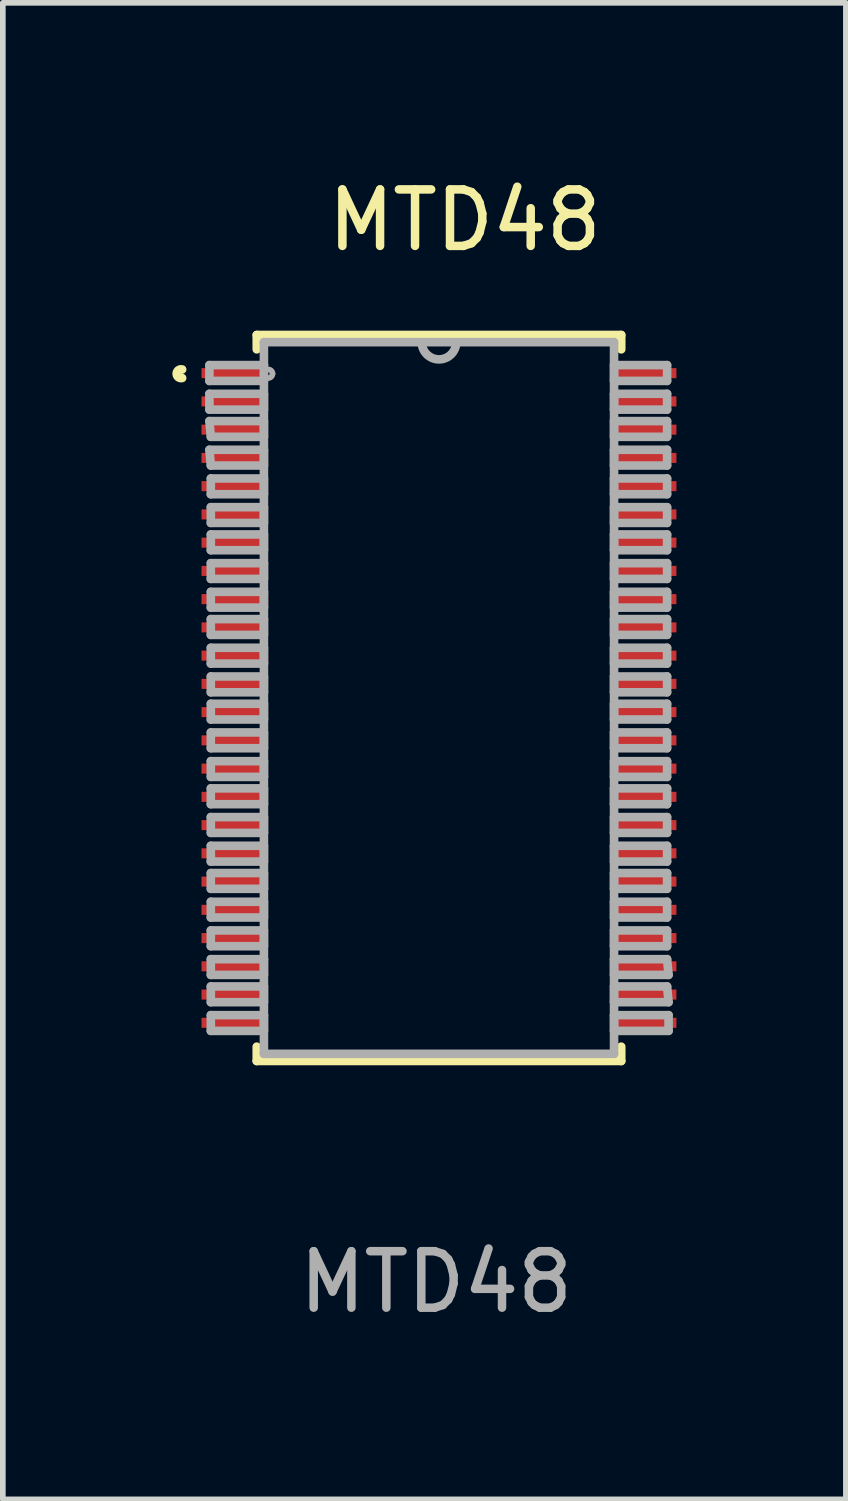
<source format=kicad_pcb>
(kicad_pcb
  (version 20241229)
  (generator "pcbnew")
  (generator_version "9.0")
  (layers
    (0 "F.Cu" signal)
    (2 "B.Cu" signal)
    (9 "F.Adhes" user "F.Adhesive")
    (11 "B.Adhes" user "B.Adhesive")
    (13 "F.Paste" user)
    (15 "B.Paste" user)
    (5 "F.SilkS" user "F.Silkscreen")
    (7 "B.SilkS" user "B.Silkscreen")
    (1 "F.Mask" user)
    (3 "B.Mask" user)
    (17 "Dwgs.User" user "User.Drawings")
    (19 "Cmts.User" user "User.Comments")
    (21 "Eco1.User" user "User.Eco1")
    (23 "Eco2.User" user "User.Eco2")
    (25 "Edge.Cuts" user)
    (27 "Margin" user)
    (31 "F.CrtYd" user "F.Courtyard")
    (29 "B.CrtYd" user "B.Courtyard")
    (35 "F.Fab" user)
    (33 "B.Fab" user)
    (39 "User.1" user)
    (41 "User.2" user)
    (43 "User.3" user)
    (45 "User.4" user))
  (footprint "MTD48"
    (layer "F.Cu")
    (at 4.67 9.484)
    (property "Reference" "MTD48" (at 0.508 -8.636 0) (unlocked yes) (layer "F.SilkS") (effects (font (size 1 1) (thickness 0.15))))
    (fp_line (start -3.175 -6.604) (end -3.175 -6.35) (stroke (width 0.152) (type solid)) (layer "F.SilkS"))
    (fp_line (start -3.175 5.994) (end -3.175 6.248) (stroke (width 0.152) (type solid)) (layer "F.SilkS"))
    (fp_line (start -3.175 6.248) (end 3.277 6.248) (stroke (width 0.152) (type solid)) (layer "F.SilkS"))
    (fp_line (start 3.277 -6.604) (end -3.175 -6.604) (stroke (width 0.152) (type solid)) (layer "F.SilkS"))
    (fp_line (start 3.277 -6.35) (end 3.277 -6.604) (stroke (width 0.152) (type solid)) (layer "F.SilkS"))
    (fp_line (start 3.277 6.248) (end 3.277 5.994) (stroke (width 0.152) (type solid)) (layer "F.SilkS"))
    (fp_arc (start -4.4958 -5.842) (mid -4.593331 -5.9182) (end -4.495799 -5.9944) (stroke (width 0.1524) (type solid)) (layer "F.SilkS"))
    (fp_line (start -4.013 -6.071) (end -4.013 -5.791) (stroke (width 0.152) (type solid)) (layer "F.Fab"))
    (fp_line (start -4.013 -5.791) (end -3.048 -5.791) (stroke (width 0.152) (type solid)) (layer "F.Fab"))
    (fp_line (start -4.013 -5.563) (end -4.013 -5.283) (stroke (width 0.152) (type solid)) (layer "F.Fab"))
    (fp_line (start -4.013 -5.283) (end -3.048 -5.283) (stroke (width 0.152) (type solid)) (layer "F.Fab"))
    (fp_line (start -4.013 -5.08) (end -3.988 -4.801) (stroke (width 0.152) (type solid)) (layer "F.Fab"))
    (fp_line (start -4.013 -4.572) (end -3.988 -4.293) (stroke (width 0.152) (type solid)) (layer "F.Fab"))
    (fp_line (start -3.988 -4.801) (end -3.048 -4.801) (stroke (width 0.152) (type solid)) (layer "F.Fab"))
    (fp_line (start -3.988 -4.293) (end -3.048 -4.293) (stroke (width 0.152) (type solid)) (layer "F.Fab"))
    (fp_line (start -3.988 -4.064) (end -3.988 -3.785) (stroke (width 0.152) (type solid)) (layer "F.Fab"))
    (fp_line (start -3.988 -3.785) (end -3.048 -3.785) (stroke (width 0.152) (type solid)) (layer "F.Fab"))
    (fp_line (start -3.988 -3.556) (end -3.988 -3.277) (stroke (width 0.152) (type solid)) (layer "F.Fab"))
    (fp_line (start -3.988 -3.277) (end -3.048 -3.277) (stroke (width 0.152) (type solid)) (layer "F.Fab"))
    (fp_line (start -3.988 -3.073) (end -3.988 -2.794) (stroke (width 0.152) (type solid)) (layer "F.Fab"))
    (fp_line (start -3.988 -2.794) (end -3.048 -2.794) (stroke (width 0.152) (type solid)) (layer "F.Fab"))
    (fp_line (start -3.988 -2.565) (end -3.988 -2.286) (stroke (width 0.152) (type solid)) (layer "F.Fab"))
    (fp_line (start -3.988 -2.286) (end -3.048 -2.286) (stroke (width 0.152) (type solid)) (layer "F.Fab"))
    (fp_line (start -3.988 -2.057) (end -3.988 -1.778) (stroke (width 0.152) (type solid)) (layer "F.Fab"))
    (fp_line (start -3.988 -1.778) (end -3.048 -1.778) (stroke (width 0.152) (type solid)) (layer "F.Fab"))
    (fp_line (start -3.988 -1.575) (end -3.988 -1.295) (stroke (width 0.152) (type solid)) (layer "F.Fab"))
    (fp_line (start -3.988 -1.295) (end -3.048 -1.295) (stroke (width 0.152) (type solid)) (layer "F.Fab"))
    (fp_line (start -3.988 -1.067) (end -3.988 -0.787) (stroke (width 0.152) (type solid)) (layer "F.Fab"))
    (fp_line (start -3.988 -0.787) (end -3.048 -0.787) (stroke (width 0.152) (type solid)) (layer "F.Fab"))
    (fp_line (start -3.988 -0.559) (end -3.988 -0.279) (stroke (width 0.152) (type solid)) (layer "F.Fab"))
    (fp_line (start -3.988 -0.279) (end -3.048 -0.279) (stroke (width 0.152) (type solid)) (layer "F.Fab"))
    (fp_line (start -3.988 -0.076) (end -3.988 0.203) (stroke (width 0.152) (type solid)) (layer "F.Fab"))
    (fp_line (start -3.988 0.203) (end -3.048 0.203) (stroke (width 0.152) (type solid)) (layer "F.Fab"))
    (fp_line (start -3.988 0.432) (end -3.988 0.711) (stroke (width 0.152) (type solid)) (layer "F.Fab"))
    (fp_line (start -3.988 0.711) (end -3.048 0.711) (stroke (width 0.152) (type solid)) (layer "F.Fab"))
    (fp_line (start -3.988 0.94) (end -3.988 1.219) (stroke (width 0.152) (type solid)) (layer "F.Fab"))
    (fp_line (start -3.988 1.219) (end -3.048 1.219) (stroke (width 0.152) (type solid)) (layer "F.Fab"))
    (fp_line (start -3.988 1.422) (end -3.988 1.702) (stroke (width 0.152) (type solid)) (layer "F.Fab"))
    (fp_line (start -3.988 1.702) (end -3.048 1.702) (stroke (width 0.152) (type solid)) (layer "F.Fab"))
    (fp_line (start -3.988 1.93) (end -3.988 2.21) (stroke (width 0.152) (type solid)) (layer "F.Fab"))
    (fp_line (start -3.988 2.21) (end -3.048 2.21) (stroke (width 0.152) (type solid)) (layer "F.Fab"))
    (fp_line (start -3.988 2.438) (end -3.988 2.718) (stroke (width 0.152) (type solid)) (layer "F.Fab"))
    (fp_line (start -3.988 2.718) (end -3.048 2.718) (stroke (width 0.152) (type solid)) (layer "F.Fab"))
    (fp_line (start -3.988 2.921) (end -3.988 3.2) (stroke (width 0.152) (type solid)) (layer "F.Fab"))
    (fp_line (start -3.988 3.2) (end -3.048 3.2) (stroke (width 0.152) (type solid)) (layer "F.Fab"))
    (fp_line (start -3.988 3.429) (end -3.988 3.708) (stroke (width 0.152) (type solid)) (layer "F.Fab"))
    (fp_line (start -3.988 3.708) (end -3.048 3.708) (stroke (width 0.152) (type solid)) (layer "F.Fab"))
    (fp_line (start -3.988 3.937) (end -3.988 4.216) (stroke (width 0.152) (type solid)) (layer "F.Fab"))
    (fp_line (start -3.988 4.216) (end -3.048 4.216) (stroke (width 0.152) (type solid)) (layer "F.Fab"))
    (fp_line (start -3.988 4.445) (end -3.988 4.724) (stroke (width 0.152) (type solid)) (layer "F.Fab"))
    (fp_line (start -3.988 4.724) (end -3.048 4.724) (stroke (width 0.152) (type solid)) (layer "F.Fab"))
    (fp_line (start -3.988 4.928) (end -3.988 5.207) (stroke (width 0.152) (type solid)) (layer "F.Fab"))
    (fp_line (start -3.988 5.207) (end -3.048 5.207) (stroke (width 0.152) (type solid)) (layer "F.Fab"))
    (fp_line (start -3.988 5.436) (end -3.988 5.715) (stroke (width 0.152) (type solid)) (layer "F.Fab"))
    (fp_line (start -3.988 5.715) (end -3.048 5.715) (stroke (width 0.152) (type solid)) (layer "F.Fab"))
    (fp_line (start -3.048 -6.477) (end -3.048 -6.071) (stroke (width 0.152) (type solid)) (layer "F.Fab"))
    (fp_line (start -3.048 -6.071) (end -4.013 -6.071) (stroke (width 0.152) (type solid)) (layer "F.Fab"))
    (fp_line (start -3.048 -5.918) (end -3.048 -6.071) (stroke (width 0.152) (type solid)) (layer "F.Fab"))
    (fp_line (start -3.048 -5.791) (end -3.048 -5.918) (stroke (width 0.152) (type solid)) (layer "F.Fab"))
    (fp_line (start -3.048 -5.791) (end -3.048 6.121) (stroke (width 0.152) (type solid)) (layer "F.Fab"))
    (fp_line (start -3.048 -5.563) (end -4.013 -5.563) (stroke (width 0.152) (type solid)) (layer "F.Fab"))
    (fp_line (start -3.048 -5.283) (end -3.048 -5.563) (stroke (width 0.152) (type solid)) (layer "F.Fab"))
    (fp_line (start -3.048 -5.08) (end -4.013 -5.08) (stroke (width 0.152) (type solid)) (layer "F.Fab"))
    (fp_line (start -3.048 -4.801) (end -3.048 -5.08) (stroke (width 0.152) (type solid)) (layer "F.Fab"))
    (fp_line (start -3.048 -4.572) (end -4.013 -4.572) (stroke (width 0.152) (type solid)) (layer "F.Fab"))
    (fp_line (start -3.048 -4.293) (end -3.048 -4.572) (stroke (width 0.152) (type solid)) (layer "F.Fab"))
    (fp_line (start -3.048 -4.064) (end -3.988 -4.064) (stroke (width 0.152) (type solid)) (layer "F.Fab"))
    (fp_line (start -3.048 -3.785) (end -3.048 -4.064) (stroke (width 0.152) (type solid)) (layer "F.Fab"))
    (fp_line (start -3.048 -3.556) (end -3.988 -3.556) (stroke (width 0.152) (type solid)) (layer "F.Fab"))
    (fp_line (start -3.048 -3.277) (end -3.048 -3.556) (stroke (width 0.152) (type solid)) (layer "F.Fab"))
    (fp_line (start -3.048 -3.073) (end -3.988 -3.073) (stroke (width 0.152) (type solid)) (layer "F.Fab"))
    (fp_line (start -3.048 -2.794) (end -3.048 -3.073) (stroke (width 0.152) (type solid)) (layer "F.Fab"))
    (fp_line (start -3.048 -2.565) (end -3.988 -2.565) (stroke (width 0.152) (type solid)) (layer "F.Fab"))
    (fp_line (start -3.048 -2.286) (end -3.048 -2.565) (stroke (width 0.152) (type solid)) (layer "F.Fab"))
    (fp_line (start -3.048 -2.057) (end -3.988 -2.057) (stroke (width 0.152) (type solid)) (layer "F.Fab"))
    (fp_line (start -3.048 -1.778) (end -3.048 -2.057) (stroke (width 0.152) (type solid)) (layer "F.Fab"))
    (fp_line (start -3.048 -1.575) (end -3.988 -1.575) (stroke (width 0.152) (type solid)) (layer "F.Fab"))
    (fp_line (start -3.048 -1.295) (end -3.048 -1.575) (stroke (width 0.152) (type solid)) (layer "F.Fab"))
    (fp_line (start -3.048 -1.067) (end -3.988 -1.067) (stroke (width 0.152) (type solid)) (layer "F.Fab"))
    (fp_line (start -3.048 -0.787) (end -3.048 -1.067) (stroke (width 0.152) (type solid)) (layer "F.Fab"))
    (fp_line (start -3.048 -0.559) (end -3.988 -0.559) (stroke (width 0.152) (type solid)) (layer "F.Fab"))
    (fp_line (start -3.048 -0.279) (end -3.048 -0.559) (stroke (width 0.152) (type solid)) (layer "F.Fab"))
    (fp_line (start -3.048 -0.076) (end -3.988 -0.076) (stroke (width 0.152) (type solid)) (layer "F.Fab"))
    (fp_line (start -3.048 0.203) (end -3.048 -0.076) (stroke (width 0.152) (type solid)) (layer "F.Fab"))
    (fp_line (start -3.048 0.432) (end -3.988 0.432) (stroke (width 0.152) (type solid)) (layer "F.Fab"))
    (fp_line (start -3.048 0.711) (end -3.048 0.432) (stroke (width 0.152) (type solid)) (layer "F.Fab"))
    (fp_line (start -3.048 0.94) (end -3.988 0.94) (stroke (width 0.152) (type solid)) (layer "F.Fab"))
    (fp_line (start -3.048 1.219) (end -3.048 0.94) (stroke (width 0.152) (type solid)) (layer "F.Fab"))
    (fp_line (start -3.048 1.422) (end -3.988 1.422) (stroke (width 0.152) (type solid)) (layer "F.Fab"))
    (fp_line (start -3.048 1.702) (end -3.048 1.422) (stroke (width 0.152) (type solid)) (layer "F.Fab"))
    (fp_line (start -3.048 1.93) (end -3.988 1.93) (stroke (width 0.152) (type solid)) (layer "F.Fab"))
    (fp_line (start -3.048 2.21) (end -3.048 1.93) (stroke (width 0.152) (type solid)) (layer "F.Fab"))
    (fp_line (start -3.048 2.438) (end -3.988 2.438) (stroke (width 0.152) (type solid)) (layer "F.Fab"))
    (fp_line (start -3.048 2.718) (end -3.048 2.438) (stroke (width 0.152) (type solid)) (layer "F.Fab"))
    (fp_line (start -3.048 2.921) (end -3.988 2.921) (stroke (width 0.152) (type solid)) (layer "F.Fab"))
    (fp_line (start -3.048 3.2) (end -3.048 2.921) (stroke (width 0.152) (type solid)) (layer "F.Fab"))
    (fp_line (start -3.048 3.429) (end -3.988 3.429) (stroke (width 0.152) (type solid)) (layer "F.Fab"))
    (fp_line (start -3.048 3.708) (end -3.048 3.429) (stroke (width 0.152) (type solid)) (layer "F.Fab"))
    (fp_line (start -3.048 3.937) (end -3.988 3.937) (stroke (width 0.152) (type solid)) (layer "F.Fab"))
    (fp_line (start -3.048 4.216) (end -3.048 3.937) (stroke (width 0.152) (type solid)) (layer "F.Fab"))
    (fp_line (start -3.048 4.445) (end -3.988 4.445) (stroke (width 0.152) (type solid)) (layer "F.Fab"))
    (fp_line (start -3.048 4.724) (end -3.048 4.445) (stroke (width 0.152) (type solid)) (layer "F.Fab"))
    (fp_line (start -3.048 4.928) (end -3.988 4.928) (stroke (width 0.152) (type solid)) (layer "F.Fab"))
    (fp_line (start -3.048 5.207) (end -3.048 4.928) (stroke (width 0.152) (type solid)) (layer "F.Fab"))
    (fp_line (start -3.048 5.436) (end -3.988 5.436) (stroke (width 0.152) (type solid)) (layer "F.Fab"))
    (fp_line (start -3.048 5.715) (end -3.048 5.436) (stroke (width 0.152) (type solid)) (layer "F.Fab"))
    (fp_line (start -3.048 6.121) (end 3.15 6.121) (stroke (width 0.152) (type solid)) (layer "F.Fab"))
    (fp_line (start -0.254 -6.477) (end -3.048 -6.477) (stroke (width 0.152) (type solid)) (layer "F.Fab"))
    (fp_line (start 0.356 -6.477) (end -0.254 -6.477) (stroke (width 0.152) (type solid)) (layer "F.Fab"))
    (fp_line (start 3.15 -6.477) (end 0.356 -6.477) (stroke (width 0.152) (type solid)) (layer "F.Fab"))
    (fp_line (start 3.15 -6.071) (end 3.15 -5.791) (stroke (width 0.152) (type solid)) (layer "F.Fab"))
    (fp_line (start 3.15 -5.791) (end 4.089 -5.791) (stroke (width 0.152) (type solid)) (layer "F.Fab"))
    (fp_line (start 3.15 -5.563) (end 3.15 -5.283) (stroke (width 0.152) (type solid)) (layer "F.Fab"))
    (fp_line (start 3.15 -5.283) (end 4.089 -5.283) (stroke (width 0.152) (type solid)) (layer "F.Fab"))
    (fp_line (start 3.15 -5.08) (end 3.15 -4.801) (stroke (width 0.152) (type solid)) (layer "F.Fab"))
    (fp_line (start 3.15 -4.801) (end 4.089 -4.801) (stroke (width 0.152) (type solid)) (layer "F.Fab"))
    (fp_line (start 3.15 -4.572) (end 3.15 -4.293) (stroke (width 0.152) (type solid)) (layer "F.Fab"))
    (fp_line (start 3.15 -4.293) (end 4.089 -4.293) (stroke (width 0.152) (type solid)) (layer "F.Fab"))
    (fp_line (start 3.15 -4.064) (end 3.15 -3.785) (stroke (width 0.152) (type solid)) (layer "F.Fab"))
    (fp_line (start 3.15 -3.785) (end 4.089 -3.785) (stroke (width 0.152) (type solid)) (layer "F.Fab"))
    (fp_line (start 3.15 -3.556) (end 3.15 -3.277) (stroke (width 0.152) (type solid)) (layer "F.Fab"))
    (fp_line (start 3.15 -3.277) (end 4.089 -3.277) (stroke (width 0.152) (type solid)) (layer "F.Fab"))
    (fp_line (start 3.15 -3.073) (end 3.15 -2.794) (stroke (width 0.152) (type solid)) (layer "F.Fab"))
    (fp_line (start 3.15 -2.794) (end 4.089 -2.794) (stroke (width 0.152) (type solid)) (layer "F.Fab"))
    (fp_line (start 3.15 -2.565) (end 3.15 -2.286) (stroke (width 0.152) (type solid)) (layer "F.Fab"))
    (fp_line (start 3.15 -2.286) (end 4.089 -2.286) (stroke (width 0.152) (type solid)) (layer "F.Fab"))
    (fp_line (start 3.15 -2.057) (end 3.15 -1.778) (stroke (width 0.152) (type solid)) (layer "F.Fab"))
    (fp_line (start 3.15 -1.778) (end 4.089 -1.778) (stroke (width 0.152) (type solid)) (layer "F.Fab"))
    (fp_line (start 3.15 -1.575) (end 3.15 -1.295) (stroke (width 0.152) (type solid)) (layer "F.Fab"))
    (fp_line (start 3.15 -1.295) (end 4.089 -1.295) (stroke (width 0.152) (type solid)) (layer "F.Fab"))
    (fp_line (start 3.15 -1.067) (end 3.15 -0.787) (stroke (width 0.152) (type solid)) (layer "F.Fab"))
    (fp_line (start 3.15 -0.787) (end 4.089 -0.787) (stroke (width 0.152) (type solid)) (layer "F.Fab"))
    (fp_line (start 3.15 -0.559) (end 3.15 -0.279) (stroke (width 0.152) (type solid)) (layer "F.Fab"))
    (fp_line (start 3.15 -0.279) (end 4.089 -0.279) (stroke (width 0.152) (type solid)) (layer "F.Fab"))
    (fp_line (start 3.15 -0.076) (end 3.15 0.203) (stroke (width 0.152) (type solid)) (layer "F.Fab"))
    (fp_line (start 3.15 0.203) (end 4.089 0.203) (stroke (width 0.152) (type solid)) (layer "F.Fab"))
    (fp_line (start 3.15 0.432) (end 3.15 0.711) (stroke (width 0.152) (type solid)) (layer "F.Fab"))
    (fp_line (start 3.15 0.711) (end 4.089 0.711) (stroke (width 0.152) (type solid)) (layer "F.Fab"))
    (fp_line (start 3.15 0.94) (end 3.15 1.219) (stroke (width 0.152) (type solid)) (layer "F.Fab"))
    (fp_line (start 3.15 1.219) (end 4.089 1.219) (stroke (width 0.152) (type solid)) (layer "F.Fab"))
    (fp_line (start 3.15 1.422) (end 3.15 1.702) (stroke (width 0.152) (type solid)) (layer "F.Fab"))
    (fp_line (start 3.15 1.702) (end 4.089 1.702) (stroke (width 0.152) (type solid)) (layer "F.Fab"))
    (fp_line (start 3.15 1.93) (end 3.15 2.21) (stroke (width 0.152) (type solid)) (layer "F.Fab"))
    (fp_line (start 3.15 2.21) (end 4.089 2.21) (stroke (width 0.152) (type solid)) (layer "F.Fab"))
    (fp_line (start 3.15 2.438) (end 3.15 2.718) (stroke (width 0.152) (type solid)) (layer "F.Fab"))
    (fp_line (start 3.15 2.718) (end 4.089 2.718) (stroke (width 0.152) (type solid)) (layer "F.Fab"))
    (fp_line (start 3.15 2.921) (end 3.15 3.2) (stroke (width 0.152) (type solid)) (layer "F.Fab"))
    (fp_line (start 3.15 3.2) (end 4.089 3.2) (stroke (width 0.152) (type solid)) (layer "F.Fab"))
    (fp_line (start 3.15 3.429) (end 3.15 3.708) (stroke (width 0.152) (type solid)) (layer "F.Fab"))
    (fp_line (start 3.15 3.708) (end 4.089 3.708) (stroke (width 0.152) (type solid)) (layer "F.Fab"))
    (fp_line (start 3.15 3.937) (end 3.15 4.216) (stroke (width 0.152) (type solid)) (layer "F.Fab"))
    (fp_line (start 3.15 4.216) (end 4.089 4.216) (stroke (width 0.152) (type solid)) (layer "F.Fab"))
    (fp_line (start 3.15 4.445) (end 3.15 4.724) (stroke (width 0.152) (type solid)) (layer "F.Fab"))
    (fp_line (start 3.15 4.724) (end 4.115 4.724) (stroke (width 0.152) (type solid)) (layer "F.Fab"))
    (fp_line (start 3.15 4.928) (end 3.15 5.207) (stroke (width 0.152) (type solid)) (layer "F.Fab"))
    (fp_line (start 3.15 5.207) (end 4.115 5.207) (stroke (width 0.152) (type solid)) (layer "F.Fab"))
    (fp_line (start 3.15 5.436) (end 3.15 5.715) (stroke (width 0.152) (type solid)) (layer "F.Fab"))
    (fp_line (start 3.15 5.715) (end 4.115 5.715) (stroke (width 0.152) (type solid)) (layer "F.Fab"))
    (fp_line (start 3.15 6.121) (end 3.15 -6.477) (stroke (width 0.152) (type solid)) (layer "F.Fab"))
    (fp_line (start 4.089 -6.071) (end 3.15 -6.071) (stroke (width 0.152) (type solid)) (layer "F.Fab"))
    (fp_line (start 4.089 -5.791) (end 4.089 -6.071) (stroke (width 0.152) (type solid)) (layer "F.Fab"))
    (fp_line (start 4.089 -5.563) (end 3.15 -5.563) (stroke (width 0.152) (type solid)) (layer "F.Fab"))
    (fp_line (start 4.089 -5.283) (end 4.089 -5.563) (stroke (width 0.152) (type solid)) (layer "F.Fab"))
    (fp_line (start 4.089 -5.08) (end 3.15 -5.08) (stroke (width 0.152) (type solid)) (layer "F.Fab"))
    (fp_line (start 4.089 -4.801) (end 4.089 -5.08) (stroke (width 0.152) (type solid)) (layer "F.Fab"))
    (fp_line (start 4.089 -4.572) (end 3.15 -4.572) (stroke (width 0.152) (type solid)) (layer "F.Fab"))
    (fp_line (start 4.089 -4.293) (end 4.089 -4.572) (stroke (width 0.152) (type solid)) (layer "F.Fab"))
    (fp_line (start 4.089 -4.064) (end 3.15 -4.064) (stroke (width 0.152) (type solid)) (layer "F.Fab"))
    (fp_line (start 4.089 -3.785) (end 4.089 -4.064) (stroke (width 0.152) (type solid)) (layer "F.Fab"))
    (fp_line (start 4.089 -3.556) (end 3.15 -3.556) (stroke (width 0.152) (type solid)) (layer "F.Fab"))
    (fp_line (start 4.089 -3.277) (end 4.089 -3.556) (stroke (width 0.152) (type solid)) (layer "F.Fab"))
    (fp_line (start 4.089 -3.073) (end 3.15 -3.073) (stroke (width 0.152) (type solid)) (layer "F.Fab"))
    (fp_line (start 4.089 -2.794) (end 4.089 -3.073) (stroke (width 0.152) (type solid)) (layer "F.Fab"))
    (fp_line (start 4.089 -2.565) (end 3.15 -2.565) (stroke (width 0.152) (type solid)) (layer "F.Fab"))
    (fp_line (start 4.089 -2.286) (end 4.089 -2.565) (stroke (width 0.152) (type solid)) (layer "F.Fab"))
    (fp_line (start 4.089 -2.057) (end 3.15 -2.057) (stroke (width 0.152) (type solid)) (layer "F.Fab"))
    (fp_line (start 4.089 -1.778) (end 4.089 -2.057) (stroke (width 0.152) (type solid)) (layer "F.Fab"))
    (fp_line (start 4.089 -1.575) (end 3.15 -1.575) (stroke (width 0.152) (type solid)) (layer "F.Fab"))
    (fp_line (start 4.089 -1.295) (end 4.089 -1.575) (stroke (width 0.152) (type solid)) (layer "F.Fab"))
    (fp_line (start 4.089 -1.067) (end 3.15 -1.067) (stroke (width 0.152) (type solid)) (layer "F.Fab"))
    (fp_line (start 4.089 -0.787) (end 4.089 -1.067) (stroke (width 0.152) (type solid)) (layer "F.Fab"))
    (fp_line (start 4.089 -0.559) (end 3.15 -0.559) (stroke (width 0.152) (type solid)) (layer "F.Fab"))
    (fp_line (start 4.089 -0.279) (end 4.089 -0.559) (stroke (width 0.152) (type solid)) (layer "F.Fab"))
    (fp_line (start 4.089 -0.076) (end 3.15 -0.076) (stroke (width 0.152) (type solid)) (layer "F.Fab"))
    (fp_line (start 4.089 0.203) (end 4.089 -0.076) (stroke (width 0.152) (type solid)) (layer "F.Fab"))
    (fp_line (start 4.089 0.432) (end 3.15 0.432) (stroke (width 0.152) (type solid)) (layer "F.Fab"))
    (fp_line (start 4.089 0.711) (end 4.089 0.432) (stroke (width 0.152) (type solid)) (layer "F.Fab"))
    (fp_line (start 4.089 0.94) (end 3.15 0.94) (stroke (width 0.152) (type solid)) (layer "F.Fab"))
    (fp_line (start 4.089 1.219) (end 4.089 0.94) (stroke (width 0.152) (type solid)) (layer "F.Fab"))
    (fp_line (start 4.089 1.422) (end 3.15 1.422) (stroke (width 0.152) (type solid)) (layer "F.Fab"))
    (fp_line (start 4.089 1.702) (end 4.089 1.422) (stroke (width 0.152) (type solid)) (layer "F.Fab"))
    (fp_line (start 4.089 1.93) (end 3.15 1.93) (stroke (width 0.152) (type solid)) (layer "F.Fab"))
    (fp_line (start 4.089 2.21) (end 4.089 1.93) (stroke (width 0.152) (type solid)) (layer "F.Fab"))
    (fp_line (start 4.089 2.438) (end 3.15 2.438) (stroke (width 0.152) (type solid)) (layer "F.Fab"))
    (fp_line (start 4.089 2.718) (end 4.089 2.438) (stroke (width 0.152) (type solid)) (layer "F.Fab"))
    (fp_line (start 4.089 2.921) (end 3.15 2.921) (stroke (width 0.152) (type solid)) (layer "F.Fab"))
    (fp_line (start 4.089 3.2) (end 4.089 2.921) (stroke (width 0.152) (type solid)) (layer "F.Fab"))
    (fp_line (start 4.089 3.429) (end 3.15 3.429) (stroke (width 0.152) (type solid)) (layer "F.Fab"))
    (fp_line (start 4.089 3.708) (end 4.089 3.429) (stroke (width 0.152) (type solid)) (layer "F.Fab"))
    (fp_line (start 4.089 3.937) (end 3.15 3.937) (stroke (width 0.152) (type solid)) (layer "F.Fab"))
    (fp_line (start 4.089 4.216) (end 4.089 3.937) (stroke (width 0.152) (type solid)) (layer "F.Fab"))
    (fp_line (start 4.089 4.445) (end 3.15 4.445) (stroke (width 0.152) (type solid)) (layer "F.Fab"))
    (fp_line (start 4.089 4.928) (end 3.15 4.928) (stroke (width 0.152) (type solid)) (layer "F.Fab"))
    (fp_line (start 4.115 4.724) (end 4.089 4.445) (stroke (width 0.152) (type solid)) (layer "F.Fab"))
    (fp_line (start 4.115 5.207) (end 4.089 4.928) (stroke (width 0.152) (type solid)) (layer "F.Fab"))
    (fp_line (start 4.115 5.436) (end 3.15 5.436) (stroke (width 0.152) (type solid)) (layer "F.Fab"))
    (fp_line (start 4.115 5.715) (end 4.115 5.436) (stroke (width 0.152) (type solid)) (layer "F.Fab"))
    (fp_arc (start -3.048 -5.9182) (mid -2.9718 -5.9944) (end -2.8956 -5.9182) (stroke (width 0.1) (type solid)) (layer "F.Fab"))
    (fp_arc (start -2.8956 -5.9182) (mid -2.9718 -5.842) (end -3.048 -5.9182) (stroke (width 0.1) (type solid)) (layer "F.Fab"))
    (fp_arc (start 0.3556 -6.477) (mid 0.0508 -6.1722) (end -0.254 -6.477) (stroke (width 0.1524) (type solid)) (layer "F.Fab"))
    (fp_text user "${REFERENCE}" (at 0 10.16 0) (unlocked yes) (layer "F.Fab") (effects (font (size 1 1) (thickness 0.15))))
    (pad "1" smd rect (at -3.569 -5.928) (size 1.168 0.178) (layers "F.Cu" "F.Mask" "F.Paste"))
    (pad "2" smd rect (at -3.569 -5.428) (size 1.168 0.178) (layers "F.Cu" "F.Mask" "F.Paste"))
    (pad "3" smd rect (at -3.569 -4.928) (size 1.168 0.178) (layers "F.Cu" "F.Mask" "F.Paste"))
    (pad "4" smd rect (at -3.569 -4.428) (size 1.168 0.178) (layers "F.Cu" "F.Mask" "F.Paste"))
    (pad "5" smd rect (at -3.569 -3.928) (size 1.168 0.178) (layers "F.Cu" "F.Mask" "F.Paste"))
    (pad "6" smd rect (at -3.569 -3.428) (size 1.168 0.178) (layers "F.Cu" "F.Mask" "F.Paste"))
    (pad "7" smd rect (at -3.569 -2.928) (size 1.168 0.178) (layers "F.Cu" "F.Mask" "F.Paste"))
    (pad "8" smd rect (at -3.569 -2.428) (size 1.168 0.178) (layers "F.Cu" "F.Mask" "F.Paste"))
    (pad "9" smd rect (at -3.569 -1.928) (size 1.168 0.178) (layers "F.Cu" "F.Mask" "F.Paste"))
    (pad "10" smd rect (at -3.569 -1.428) (size 1.168 0.178) (layers "F.Cu" "F.Mask" "F.Paste"))
    (pad "11" smd rect (at -3.569 -0.928) (size 1.168 0.178) (layers "F.Cu" "F.Mask" "F.Paste"))
    (pad "12" smd rect (at -3.569 -0.428) (size 1.168 0.178) (layers "F.Cu" "F.Mask" "F.Paste"))
    (pad "13" smd rect (at -3.569 0.072) (size 1.168 0.178) (layers "F.Cu" "F.Mask" "F.Paste"))
    (pad "14" smd rect (at -3.569 0.572) (size 1.168 0.178) (layers "F.Cu" "F.Mask" "F.Paste"))
    (pad "15" smd rect (at -3.569 1.072) (size 1.168 0.178) (layers "F.Cu" "F.Mask" "F.Paste"))
    (pad "16" smd rect (at -3.569 1.572) (size 1.168 0.178) (layers "F.Cu" "F.Mask" "F.Paste"))
    (pad "17" smd rect (at -3.569 2.072) (size 1.168 0.178) (layers "F.Cu" "F.Mask" "F.Paste"))
    (pad "18" smd rect (at -3.569 2.572) (size 1.168 0.178) (layers "F.Cu" "F.Mask" "F.Paste"))
    (pad "19" smd rect (at -3.569 3.072) (size 1.168 0.178) (layers "F.Cu" "F.Mask" "F.Paste"))
    (pad "20" smd rect (at -3.569 3.572) (size 1.168 0.178) (layers "F.Cu" "F.Mask" "F.Paste"))
    (pad "21" smd rect (at -3.569 4.072) (size 1.168 0.178) (layers "F.Cu" "F.Mask" "F.Paste"))
    (pad "22" smd rect (at -3.569 4.572) (size 1.168 0.178) (layers "F.Cu" "F.Mask" "F.Paste"))
    (pad "23" smd rect (at -3.569 5.072) (size 1.168 0.178) (layers "F.Cu" "F.Mask" "F.Paste"))
    (pad "24" smd rect (at -3.569 5.572) (size 1.168 0.178) (layers "F.Cu" "F.Mask" "F.Paste"))
    (pad "25" smd rect (at 3.67 5.572 180) (size 1.168 0.178) (layers "F.Cu" "F.Mask" "F.Paste"))
    (pad "26" smd rect (at 3.67 5.072 180) (size 1.168 0.178) (layers "F.Cu" "F.Mask" "F.Paste"))
    (pad "27" smd rect (at 3.67 4.572 180) (size 1.168 0.178) (layers "F.Cu" "F.Mask" "F.Paste"))
    (pad "28" smd rect (at 3.67 4.072 180) (size 1.168 0.178) (layers "F.Cu" "F.Mask" "F.Paste"))
    (pad "29" smd rect (at 3.67 3.572 180) (size 1.168 0.178) (layers "F.Cu" "F.Mask" "F.Paste"))
    (pad "30" smd rect (at 3.67 3.072 180) (size 1.168 0.178) (layers "F.Cu" "F.Mask" "F.Paste"))
    (pad "31" smd rect (at 3.67 2.572 180) (size 1.168 0.178) (layers "F.Cu" "F.Mask" "F.Paste"))
    (pad "32" smd rect (at 3.67 2.072 180) (size 1.168 0.178) (layers "F.Cu" "F.Mask" "F.Paste"))
    (pad "33" smd rect (at 3.67 1.572 180) (size 1.168 0.178) (layers "F.Cu" "F.Mask" "F.Paste"))
    (pad "34" smd rect (at 3.67 1.072 180) (size 1.168 0.178) (layers "F.Cu" "F.Mask" "F.Paste"))
    (pad "35" smd rect (at 3.67 0.572 180) (size 1.168 0.178) (layers "F.Cu" "F.Mask" "F.Paste"))
    (pad "36" smd rect (at 3.67 0.072 180) (size 1.168 0.178) (layers "F.Cu" "F.Mask" "F.Paste"))
    (pad "37" smd rect (at 3.67 -0.428 180) (size 1.168 0.178) (layers "F.Cu" "F.Mask" "F.Paste"))
    (pad "38" smd rect (at 3.67 -0.928 180) (size 1.168 0.178) (layers "F.Cu" "F.Mask" "F.Paste"))
    (pad "39" smd rect (at 3.67 -1.428 180) (size 1.168 0.178) (layers "F.Cu" "F.Mask" "F.Paste"))
    (pad "40" smd rect (at 3.67 -1.928 180) (size 1.168 0.178) (layers "F.Cu" "F.Mask" "F.Paste"))
    (pad "41" smd rect (at 3.67 -2.428 180) (size 1.168 0.178) (layers "F.Cu" "F.Mask" "F.Paste"))
    (pad "42" smd rect (at 3.67 -2.928 180) (size 1.168 0.178) (layers "F.Cu" "F.Mask" "F.Paste"))
    (pad "43" smd rect (at 3.67 -3.428 180) (size 1.168 0.178) (layers "F.Cu" "F.Mask" "F.Paste"))
    (pad "44" smd rect (at 3.67 -3.928 180) (size 1.168 0.178) (layers "F.Cu" "F.Mask" "F.Paste"))
    (pad "45" smd rect (at 3.67 -4.428 180) (size 1.168 0.178) (layers "F.Cu" "F.Mask" "F.Paste"))
    (pad "46" smd rect (at 3.67 -4.928 180) (size 1.168 0.178) (layers "F.Cu" "F.Mask" "F.Paste"))
    (pad "47" smd rect (at 3.67 -5.428 180) (size 1.168 0.178) (layers "F.Cu" "F.Mask" "F.Paste"))
    (pad "48" smd rect (at 3.67 -5.928 180) (size 1.168 0.178) (layers "F.Cu" "F.Mask" "F.Paste")))
  (gr_rect
    (start -3 -3)
    (end 11.924 23.492)
    (stroke (width 0.1) (type default))
    (fill no)
    (layer "Edge.Cuts")))
</source>
